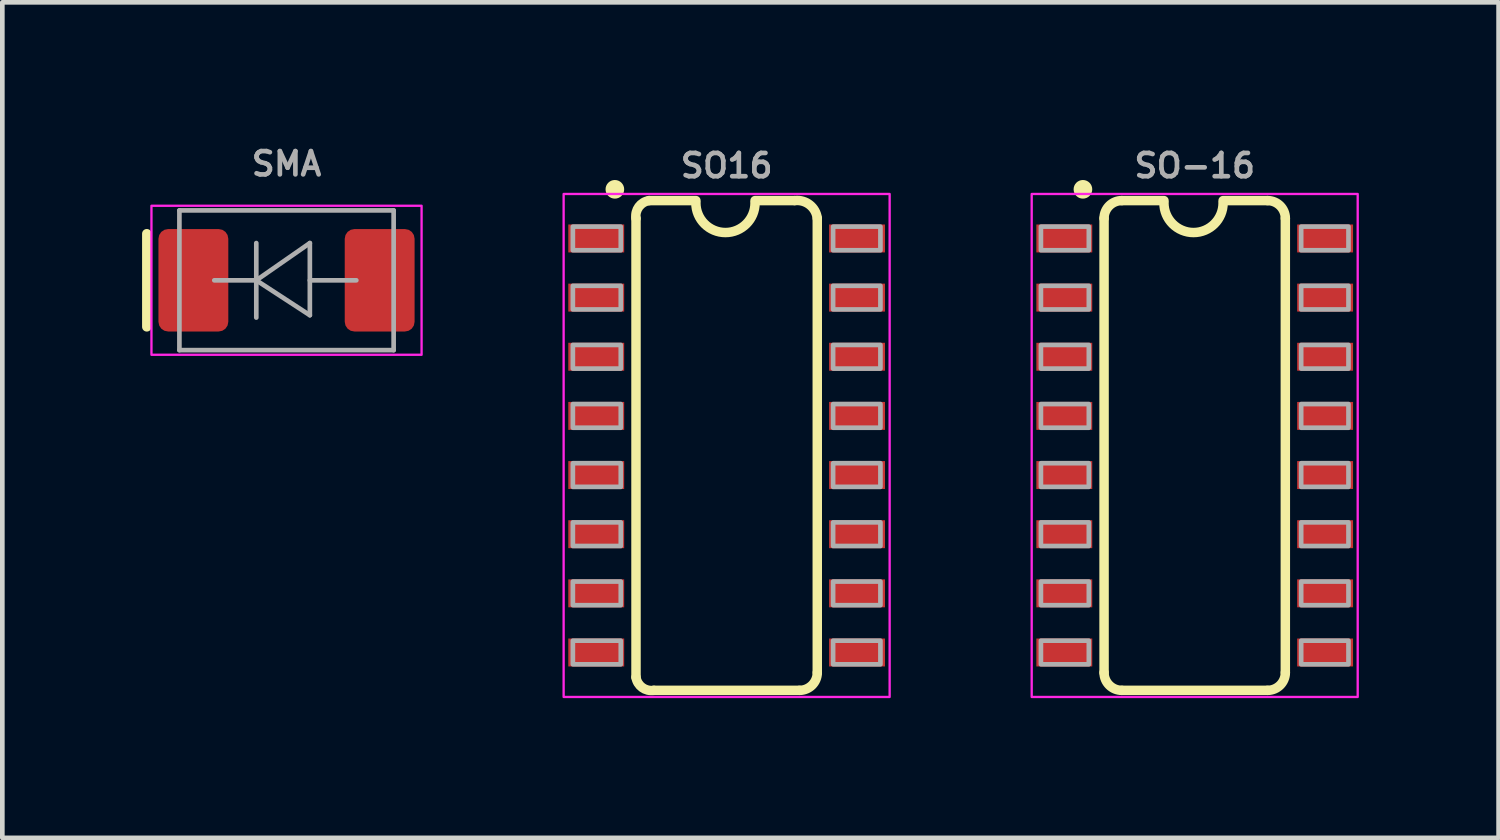
<source format=kicad_pcb>
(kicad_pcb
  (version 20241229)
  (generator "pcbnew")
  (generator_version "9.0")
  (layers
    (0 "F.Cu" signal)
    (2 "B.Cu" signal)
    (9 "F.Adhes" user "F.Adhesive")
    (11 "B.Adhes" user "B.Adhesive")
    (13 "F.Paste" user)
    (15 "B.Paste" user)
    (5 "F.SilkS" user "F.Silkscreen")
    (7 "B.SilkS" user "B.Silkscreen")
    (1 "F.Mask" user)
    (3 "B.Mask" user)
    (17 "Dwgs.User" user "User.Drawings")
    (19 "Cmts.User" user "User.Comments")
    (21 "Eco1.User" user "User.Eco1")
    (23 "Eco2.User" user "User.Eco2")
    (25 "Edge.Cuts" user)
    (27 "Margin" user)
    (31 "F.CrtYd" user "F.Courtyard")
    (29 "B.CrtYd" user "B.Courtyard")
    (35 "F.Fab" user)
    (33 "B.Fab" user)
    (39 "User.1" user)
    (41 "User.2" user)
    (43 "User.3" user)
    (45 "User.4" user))
  (footprint "SO-16"
    (layer "F.Cu")
    (at 22.602 6.515)
    (property "Reference" "SO-16" (at 0 -5.715 0) (layer "F.Fab") (effects (font (size 0.5 0.5) (thickness 0.1)) (justify bottom)))
    (fp_line (start -1.946 4.877) (end -1.946 -4.877) (stroke (width 0.203) (type solid)) (layer "F.SilkS"))
    (fp_line (start -1.565 5.258) (end 1.565 5.258) (stroke (width 0.203) (type solid)) (layer "F.SilkS"))
    (fp_line (start -1.565 -5.258) (end -0.66 -5.258) (stroke (width 0.203) (type solid)) (layer "F.SilkS"))
    (fp_line (start 1.565 -5.258) (end 0.61 -5.258) (stroke (width 0.203) (type solid)) (layer "F.SilkS"))
    (fp_line (start 1.946 4.877) (end 1.946 -4.877) (stroke (width 0.203) (type solid)) (layer "F.SilkS"))
    (fp_arc (start -1.9463 -4.8768) (mid -1.834736 -5.146238) (end -1.565298 -5.2578) (stroke (width 0.2032) (type solid)) (layer "F.SilkS"))
    (fp_arc (start -1.5653 5.257802) (mid -1.834738 5.146238) (end -1.9463 4.8768) (stroke (width 0.2032) (type solid)) (layer "F.SilkS"))
    (fp_arc (start 0.6096 -5.207) (mid -0.0254 -4.572) (end -0.6604 -5.207) (stroke (width 0.2032) (type solid)) (layer "F.SilkS"))
    (fp_arc (start 1.5653 -5.257777) (mid 1.834729 -5.146222) (end 1.9463 -4.8768) (stroke (width 0.2032) (type solid)) (layer "F.SilkS"))
    (fp_arc (start 1.9463 4.8768) (mid 1.834736 5.146238) (end 1.565298 5.2578) (stroke (width 0.2032) (type solid)) (layer "F.SilkS"))
    (fp_circle (center -2.4 -5.5) (end -2.4 -5.4) (stroke (width 0.2) (type solid)) (fill yes) (layer "F.SilkS"))
    (fp_rect (start 3.5 -5.4) (end -3.5 5.4) (stroke (width 0.05) (type default)) (fill no) (layer "F.CrtYd"))
    (fp_poly (pts (xy -3.302 -4.699) (xy -3.302 -4.191) (xy -2.273 -4.191) (xy -2.273 -4.699)) (stroke (width 0.1) (type default)) (fill no) (layer "F.Fab"))
    (fp_poly (pts (xy -3.302 -3.429) (xy -3.302 -2.921) (xy -2.273 -2.921) (xy -2.273 -3.429)) (stroke (width 0.1) (type default)) (fill no) (layer "F.Fab"))
    (fp_poly (pts (xy -3.302 -2.159) (xy -3.302 -1.651) (xy -2.273 -1.651) (xy -2.273 -2.159)) (stroke (width 0.1) (type default)) (fill no) (layer "F.Fab"))
    (fp_poly (pts (xy -3.302 -0.889) (xy -3.302 -0.381) (xy -2.273 -0.381) (xy -2.273 -0.889)) (stroke (width 0.1) (type default)) (fill no) (layer "F.Fab"))
    (fp_poly (pts (xy -3.302 0.381) (xy -3.302 0.889) (xy -2.273 0.889) (xy -2.273 0.381)) (stroke (width 0.1) (type default)) (fill no) (layer "F.Fab"))
    (fp_poly (pts (xy -3.302 1.651) (xy -3.302 2.159) (xy -2.273 2.159) (xy -2.273 1.651)) (stroke (width 0.1) (type default)) (fill no) (layer "F.Fab"))
    (fp_poly (pts (xy -3.302 2.921) (xy -3.302 3.429) (xy -2.273 3.429) (xy -2.273 2.921)) (stroke (width 0.1) (type default)) (fill no) (layer "F.Fab"))
    (fp_poly (pts (xy -3.302 4.191) (xy -3.302 4.699) (xy -2.273 4.699) (xy -2.273 4.191)) (stroke (width 0.1) (type default)) (fill no) (layer "F.Fab"))
    (fp_poly (pts (xy 2.286 -4.699) (xy 2.286 -4.191) (xy 3.302 -4.191) (xy 3.302 -4.699)) (stroke (width 0.1) (type default)) (fill no) (layer "F.Fab"))
    (fp_poly (pts (xy 2.286 -3.429) (xy 2.286 -2.921) (xy 3.302 -2.921) (xy 3.302 -3.429)) (stroke (width 0.1) (type default)) (fill no) (layer "F.Fab"))
    (fp_poly (pts (xy 2.286 -2.159) (xy 2.286 -1.651) (xy 3.302 -1.651) (xy 3.302 -2.159)) (stroke (width 0.1) (type default)) (fill no) (layer "F.Fab"))
    (fp_poly (pts (xy 2.286 -0.889) (xy 2.286 -0.381) (xy 3.302 -0.381) (xy 3.302 -0.889)) (stroke (width 0.1) (type default)) (fill no) (layer "F.Fab"))
    (fp_poly (pts (xy 2.286 0.381) (xy 2.286 0.889) (xy 3.302 0.889) (xy 3.302 0.381)) (stroke (width 0.1) (type default)) (fill no) (layer "F.Fab"))
    (fp_poly (pts (xy 2.286 1.651) (xy 2.286 2.159) (xy 3.302 2.159) (xy 3.302 1.651)) (stroke (width 0.1) (type default)) (fill no) (layer "F.Fab"))
    (fp_poly (pts (xy 2.286 2.921) (xy 2.286 3.429) (xy 3.302 3.429) (xy 3.302 2.921)) (stroke (width 0.1) (type default)) (fill no) (layer "F.Fab"))
    (fp_poly (pts (xy 2.286 4.191) (xy 2.286 4.699) (xy 3.302 4.699) (xy 3.302 4.191)) (stroke (width 0.1) (type default)) (fill no) (layer "F.Fab"))
    (pad "1" smd rect (at -2.8 -4.445 270) (size 0.6 1.2) (layers "F.Cu" "F.Mask" "F.Paste"))
    (pad "2" smd rect (at -2.8 -3.175 270) (size 0.6 1.2) (layers "F.Cu" "F.Mask" "F.Paste"))
    (pad "3" smd rect (at -2.8 -1.905 270) (size 0.6 1.2) (layers "F.Cu" "F.Mask" "F.Paste"))
    (pad "4" smd rect (at -2.8 -0.635 270) (size 0.6 1.2) (layers "F.Cu" "F.Mask" "F.Paste"))
    (pad "5" smd rect (at -2.8 0.635 270) (size 0.6 1.2) (layers "F.Cu" "F.Mask" "F.Paste"))
    (pad "6" smd rect (at -2.8 1.905 270) (size 0.6 1.2) (layers "F.Cu" "F.Mask" "F.Paste"))
    (pad "7" smd rect (at -2.8 3.175 270) (size 0.6 1.2) (layers "F.Cu" "F.Mask" "F.Paste"))
    (pad "8" smd rect (at -2.8 4.445 270) (size 0.6 1.2) (layers "F.Cu" "F.Mask" "F.Paste"))
    (pad "9" smd rect (at 2.8 4.445 270) (size 0.6 1.2) (layers "F.Cu" "F.Mask" "F.Paste"))
    (pad "10" smd rect (at 2.8 3.175 270) (size 0.6 1.2) (layers "F.Cu" "F.Mask" "F.Paste"))
    (pad "11" smd rect (at 2.8 1.905 270) (size 0.6 1.2) (layers "F.Cu" "F.Mask" "F.Paste"))
    (pad "12" smd rect (at 2.8 0.635 270) (size 0.6 1.2) (layers "F.Cu" "F.Mask" "F.Paste"))
    (pad "13" smd rect (at 2.8 -0.635 270) (size 0.6 1.2) (layers "F.Cu" "F.Mask" "F.Paste"))
    (pad "14" smd rect (at 2.8 -1.905 270) (size 0.6 1.2) (layers "F.Cu" "F.Mask" "F.Paste"))
    (pad "15" smd rect (at 2.8 -3.175 270) (size 0.6 1.2) (layers "F.Cu" "F.Mask" "F.Paste"))
    (pad "16" smd rect (at 2.8 -4.445 270) (size 0.6 1.2) (layers "F.Cu" "F.Mask" "F.Paste")))
  (footprint "SO16"
    (layer "F.Cu")
    (at 12.552 6.515)
    (property "Reference" "SO16" (at 0 -5.715 0) (layer "F.Fab") (effects (font (size 0.5 0.5) (thickness 0.1)) (justify bottom)))
    (fp_line (start -1.946 -4.877) (end -1.946 4.977) (stroke (width 0.203) (type solid)) (layer "F.SilkS"))
    (fp_line (start -1.665 -5.258) (end -0.66 -5.258) (stroke (width 0.203) (type solid)) (layer "F.SilkS"))
    (fp_line (start -1.565 5.258) (end 1.565 5.258) (stroke (width 0.203) (type solid)) (layer "F.SilkS"))
    (fp_line (start 1.453 -5.258) (end 0.61 -5.258) (stroke (width 0.203) (type solid)) (layer "F.SilkS"))
    (fp_line (start 1.946 4.877) (end 1.946 -4.877) (stroke (width 0.203) (type solid)) (layer "F.SilkS"))
    (fp_arc (start -1.946301 -4.876799) (mid -1.884767 -5.12554) (end -1.6653 -5.2578) (stroke (width 0.2032) (type solid)) (layer "F.SilkS"))
    (fp_arc (start -1.5653 5.2578) (mid -1.813997 5.196208) (end -1.9463 4.9768) (stroke (width 0.2032) (type solid)) (layer "F.SilkS"))
    (fp_arc (start 0.6096 -5.207) (mid -0.0254 -4.572) (end -0.6604 -5.207) (stroke (width 0.2032) (type solid)) (layer "F.SilkS"))
    (fp_arc (start 1.4653 -5.2578) (mid 1.784731 -5.166948) (end 1.9463 -4.8768) (stroke (width 0.2032) (type solid)) (layer "F.SilkS"))
    (fp_arc (start 1.9463 4.8768) (mid 1.834736 5.146238) (end 1.565298 5.2578) (stroke (width 0.2032) (type solid)) (layer "F.SilkS"))
    (fp_circle (center -2.4 -5.5) (end -2.4 -5.4) (stroke (width 0.2) (type solid)) (fill yes) (layer "F.SilkS"))
    (fp_rect (start 3.5 -5.4) (end -3.5 5.4) (stroke (width 0.05) (type default)) (fill no) (layer "F.CrtYd"))
    (fp_poly (pts (xy -3.302 -4.699) (xy -3.302 -4.191) (xy -2.273 -4.191) (xy -2.273 -4.699)) (stroke (width 0.1) (type default)) (fill no) (layer "F.Fab"))
    (fp_poly (pts (xy -3.302 -3.429) (xy -3.302 -2.921) (xy -2.273 -2.921) (xy -2.273 -3.429)) (stroke (width 0.1) (type default)) (fill no) (layer "F.Fab"))
    (fp_poly (pts (xy -3.302 -2.159) (xy -3.302 -1.651) (xy -2.273 -1.651) (xy -2.273 -2.159)) (stroke (width 0.1) (type default)) (fill no) (layer "F.Fab"))
    (fp_poly (pts (xy -3.302 -0.889) (xy -3.302 -0.381) (xy -2.273 -0.381) (xy -2.273 -0.889)) (stroke (width 0.1) (type default)) (fill no) (layer "F.Fab"))
    (fp_poly (pts (xy -3.302 0.381) (xy -3.302 0.889) (xy -2.273 0.889) (xy -2.273 0.381)) (stroke (width 0.1) (type default)) (fill no) (layer "F.Fab"))
    (fp_poly (pts (xy -3.302 1.651) (xy -3.302 2.159) (xy -2.273 2.159) (xy -2.273 1.651)) (stroke (width 0.1) (type default)) (fill no) (layer "F.Fab"))
    (fp_poly (pts (xy -3.302 2.921) (xy -3.302 3.429) (xy -2.273 3.429) (xy -2.273 2.921)) (stroke (width 0.1) (type default)) (fill no) (layer "F.Fab"))
    (fp_poly (pts (xy -3.302 4.191) (xy -3.302 4.699) (xy -2.273 4.699) (xy -2.273 4.191)) (stroke (width 0.1) (type default)) (fill no) (layer "F.Fab"))
    (fp_poly (pts (xy 2.286 -4.699) (xy 2.286 -4.191) (xy 3.302 -4.191) (xy 3.302 -4.699)) (stroke (width 0.1) (type default)) (fill no) (layer "F.Fab"))
    (fp_poly (pts (xy 2.286 -3.429) (xy 2.286 -2.921) (xy 3.302 -2.921) (xy 3.302 -3.429)) (stroke (width 0.1) (type default)) (fill no) (layer "F.Fab"))
    (fp_poly (pts (xy 2.286 -2.159) (xy 2.286 -1.651) (xy 3.302 -1.651) (xy 3.302 -2.159)) (stroke (width 0.1) (type default)) (fill no) (layer "F.Fab"))
    (fp_poly (pts (xy 2.286 -0.889) (xy 2.286 -0.381) (xy 3.302 -0.381) (xy 3.302 -0.889)) (stroke (width 0.1) (type default)) (fill no) (layer "F.Fab"))
    (fp_poly (pts (xy 2.286 0.381) (xy 2.286 0.889) (xy 3.302 0.889) (xy 3.302 0.381)) (stroke (width 0.1) (type default)) (fill no) (layer "F.Fab"))
    (fp_poly (pts (xy 2.286 1.651) (xy 2.286 2.159) (xy 3.302 2.159) (xy 3.302 1.651)) (stroke (width 0.1) (type default)) (fill no) (layer "F.Fab"))
    (fp_poly (pts (xy 2.286 2.921) (xy 2.286 3.429) (xy 3.302 3.429) (xy 3.302 2.921)) (stroke (width 0.1) (type default)) (fill no) (layer "F.Fab"))
    (fp_poly (pts (xy 2.286 4.191) (xy 2.286 4.699) (xy 3.302 4.699) (xy 3.302 4.191)) (stroke (width 0.1) (type default)) (fill no) (layer "F.Fab"))
    (pad "1" smd rect (at -2.8 -4.445 270) (size 0.6 1.2) (layers "F.Cu" "F.Mask" "F.Paste"))
    (pad "2" smd rect (at -2.8 -3.175 270) (size 0.6 1.2) (layers "F.Cu" "F.Mask" "F.Paste"))
    (pad "3" smd rect (at -2.8 -1.905 270) (size 0.6 1.2) (layers "F.Cu" "F.Mask" "F.Paste"))
    (pad "4" smd rect (at -2.8 -0.635 270) (size 0.6 1.2) (layers "F.Cu" "F.Mask" "F.Paste"))
    (pad "5" smd rect (at -2.8 0.635 270) (size 0.6 1.2) (layers "F.Cu" "F.Mask" "F.Paste"))
    (pad "6" smd rect (at -2.8 1.905 270) (size 0.6 1.2) (layers "F.Cu" "F.Mask" "F.Paste"))
    (pad "7" smd rect (at -2.8 3.175 270) (size 0.6 1.2) (layers "F.Cu" "F.Mask" "F.Paste"))
    (pad "8" smd rect (at -2.8 4.445 270) (size 0.6 1.2) (layers "F.Cu" "F.Mask" "F.Paste"))
    (pad "9" smd rect (at 2.8 4.445 270) (size 0.6 1.2) (layers "F.Cu" "F.Mask" "F.Paste"))
    (pad "10" smd rect (at 2.8 3.175 270) (size 0.6 1.2) (layers "F.Cu" "F.Mask" "F.Paste"))
    (pad "11" smd rect (at 2.8 1.905 270) (size 0.6 1.2) (layers "F.Cu" "F.Mask" "F.Paste"))
    (pad "12" smd rect (at 2.8 0.635 270) (size 0.6 1.2) (layers "F.Cu" "F.Mask" "F.Paste"))
    (pad "13" smd rect (at 2.8 -0.635 270) (size 0.6 1.2) (layers "F.Cu" "F.Mask" "F.Paste"))
    (pad "14" smd rect (at 2.8 -1.905 270) (size 0.6 1.2) (layers "F.Cu" "F.Mask" "F.Paste"))
    (pad "15" smd rect (at 2.8 -3.175 270) (size 0.6 1.2) (layers "F.Cu" "F.Mask" "F.Paste"))
    (pad "16" smd rect (at 2.8 -4.445 270) (size 0.6 1.2) (layers "F.Cu" "F.Mask" "F.Paste")))
  (footprint "SMA"
    (layer "F.Cu")
    (at 3.102 2.968)
    (property "Reference" "SMA" (at 0 -2.5 0) (layer "F.Fab") (effects (font (size 0.5 0.5) (thickness 0.1))))
    (attr smd)
    (fp_line (start -3 -1) (end -3 1) (stroke (width 0.203) (type solid)) (layer "F.SilkS"))
    (fp_rect (start -2.9 -1.6) (end 2.9 1.6) (stroke (width 0.05) (type default)) (fill no) (layer "F.CrtYd"))
    (fp_line (start -2.3 1.5) (end -2.3 -1.5) (stroke (width 0.1) (type solid)) (layer "F.Fab"))
    (fp_line (start -0.649 -0.799) (end -0.649 0.801) (stroke (width 0.1) (type solid)) (layer "F.Fab"))
    (fp_line (start -0.649 0.001) (end -1.551 0.001) (stroke (width 0.1) (type solid)) (layer "F.Fab"))
    (fp_line (start -0.649 0.001) (end 0.501 -0.799) (stroke (width 0.1) (type solid)) (layer "F.Fab"))
    (fp_line (start -0.649 0.001) (end 0.501 0.75) (stroke (width 0.1) (type solid)) (layer "F.Fab"))
    (fp_line (start 0.501 0.001) (end 1.499 0.001) (stroke (width 0.1) (type solid)) (layer "F.Fab"))
    (fp_line (start 0.501 0.75) (end 0.501 -0.799) (stroke (width 0.1) (type solid)) (layer "F.Fab"))
    (fp_line (start 2.3 -1.5) (end -2.3 -1.5) (stroke (width 0.1) (type solid)) (layer "F.Fab"))
    (fp_line (start 2.3 -1.5) (end 2.3 1.5) (stroke (width 0.1) (type solid)) (layer "F.Fab"))
    (fp_line (start 2.3 1.5) (end -2.3 1.5) (stroke (width 0.1) (type solid)) (layer "F.Fab"))
    (pad "1" smd roundrect (at -2 0) (size 1.5 2.2) (layers "F.Cu" "F.Mask" "F.Paste") (roundrect_rratio 0.139))
    (pad "2" smd roundrect (at 2 0) (size 1.5 2.2) (layers "F.Cu" "F.Mask" "F.Paste") (roundrect_rratio 0.139)))
  (gr_rect
    (start -3 -3)
    (end 29.127 14.94)
    (stroke (width 0.1) (type default))
    (fill no)
    (layer "Edge.Cuts")))
</source>
